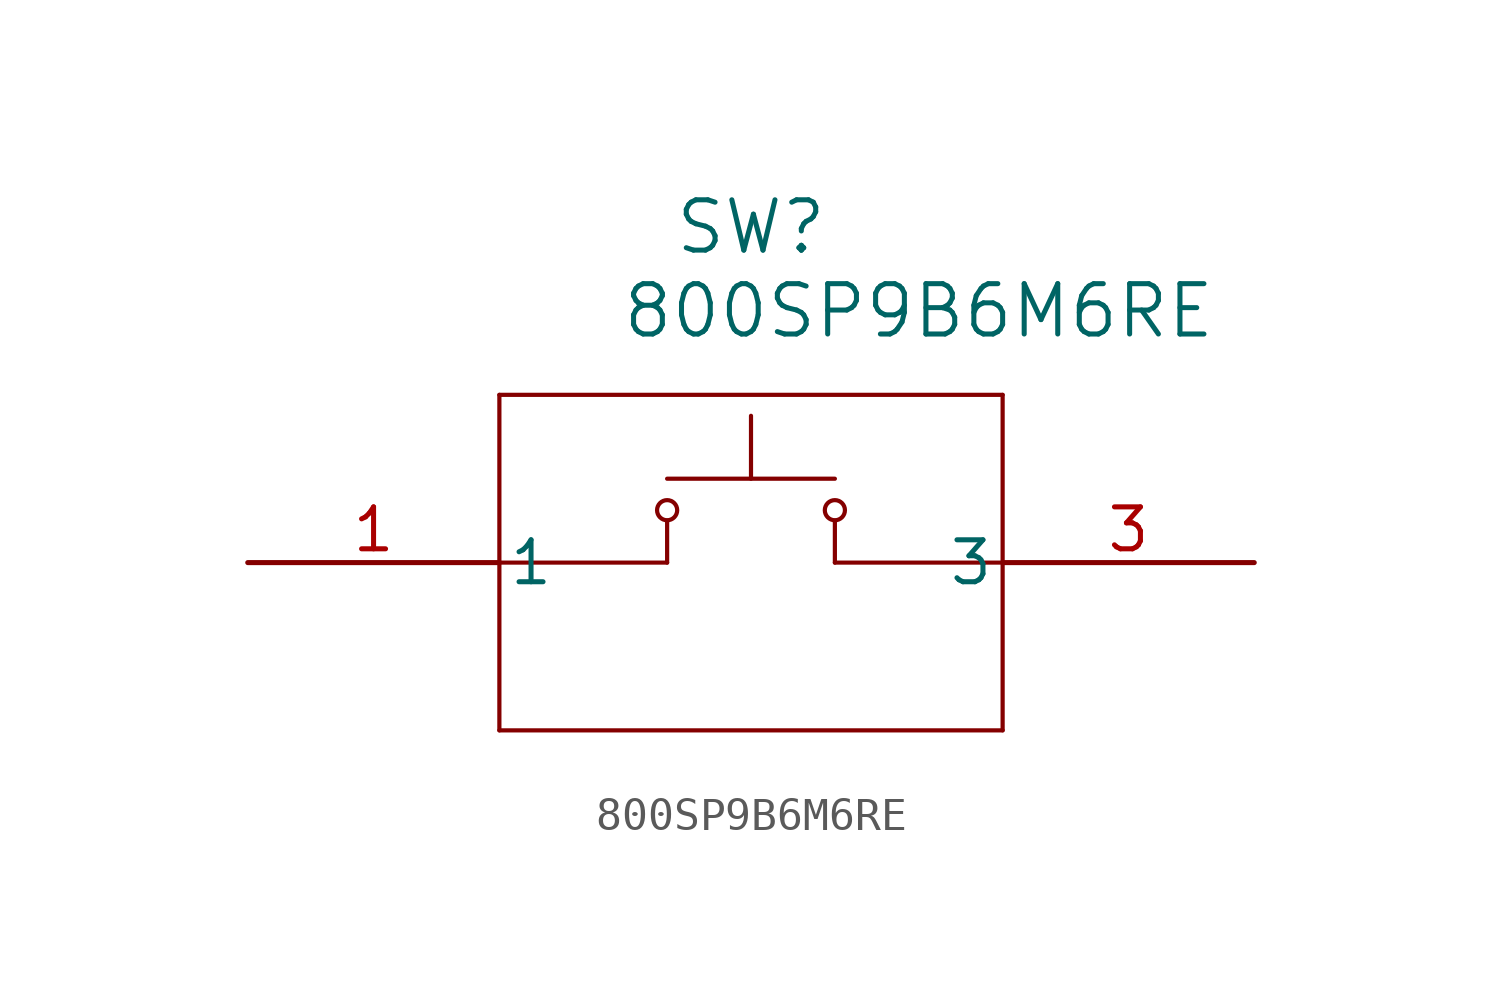
<source format=kicad_sym>
(kicad_symbol_lib
  (version 20211014)
  (generator kicad_symbol_editor)
  (symbol "800SP9B6M6RE"
    (pin_names
      (offset 0.254))
    (property "Reference" "SW"
      (at 15.24 10.16 0)
      (effects (font (size 1.524 1.524))))
    (property "Value" "800SP9B6M6RE"
      (at 20.32 7.62 0)
      (effects (font (size 1.524 1.524))))
    (symbol "800SP9B6M6RE_0_1"
      (polyline (pts (xy 7.62 5.08) (xy 7.62 -5.08)) (stroke (width 0.127) (type default) (color 0 0 0 0)) (fill (type none)))
      (polyline (pts (xy 7.62 -5.08) (xy 22.86 -5.08)) (stroke (width 0.127) (type default) (color 0 0 0 0)) (fill (type none)))
      (polyline (pts (xy 22.86 -5.08) (xy 22.86 5.08)) (stroke (width 0.127) (type default) (color 0 0 0 0)) (fill (type none)))
      (polyline (pts (xy 22.86 5.08) (xy 7.62 5.08)) (stroke (width 0.127) (type default) (color 0 0 0 0)) (fill (type none)))
      (polyline (pts (xy 7.62 0) (xy 12.7 0)) (stroke (width 0.127) (type default) (color 0 0 0 0)) (fill (type none)))
      (polyline (pts (xy 17.78 0) (xy 22.86 0)) (stroke (width 0.127) (type default) (color 0 0 0 0)) (fill (type none)))
      (polyline (pts (xy 12.7 0) (xy 12.7 1.27)) (stroke (width 0.127) (type default) (color 0 0 0 0)) (fill (type none)))
      (polyline (pts (xy 17.78 0) (xy 17.78 1.27)) (stroke (width 0.127) (type default) (color 0 0 0 0)) (fill (type none)))
      (polyline (pts (xy 12.7 2.54) (xy 17.78 2.54)) (stroke (width 0.127) (type default) (color 0 0 0 0)) (fill (type none)))
      (polyline (pts (xy 15.24 2.54) (xy 15.24 4.445)) (stroke (width 0.127) (type default) (color 0 0 0 0)) (fill (type none)))
      (circle (center 12.7 1.587) (radius 0.305) (stroke (width 0.127) (type default) (color 0 0 0 0)) (fill (type none)))
      (circle (center 17.78 1.587) (radius 0.305) (stroke (width 0.127) (type default) (color 0 0 0 0)) (fill (type none)))
      (pin unspecified line (at 0 0 0) (length 7.62) (name "1" (effects (font (size 1.27 1.27)))) (number "1" (effects (font (size 1.27 1.27)))))
      (pin unspecified line (at 30.48 0 180) (length 7.62) (name "3" (effects (font (size 1.27 1.27)))) (number "3" (effects (font (size 1.27 1.27))))))))
</source>
